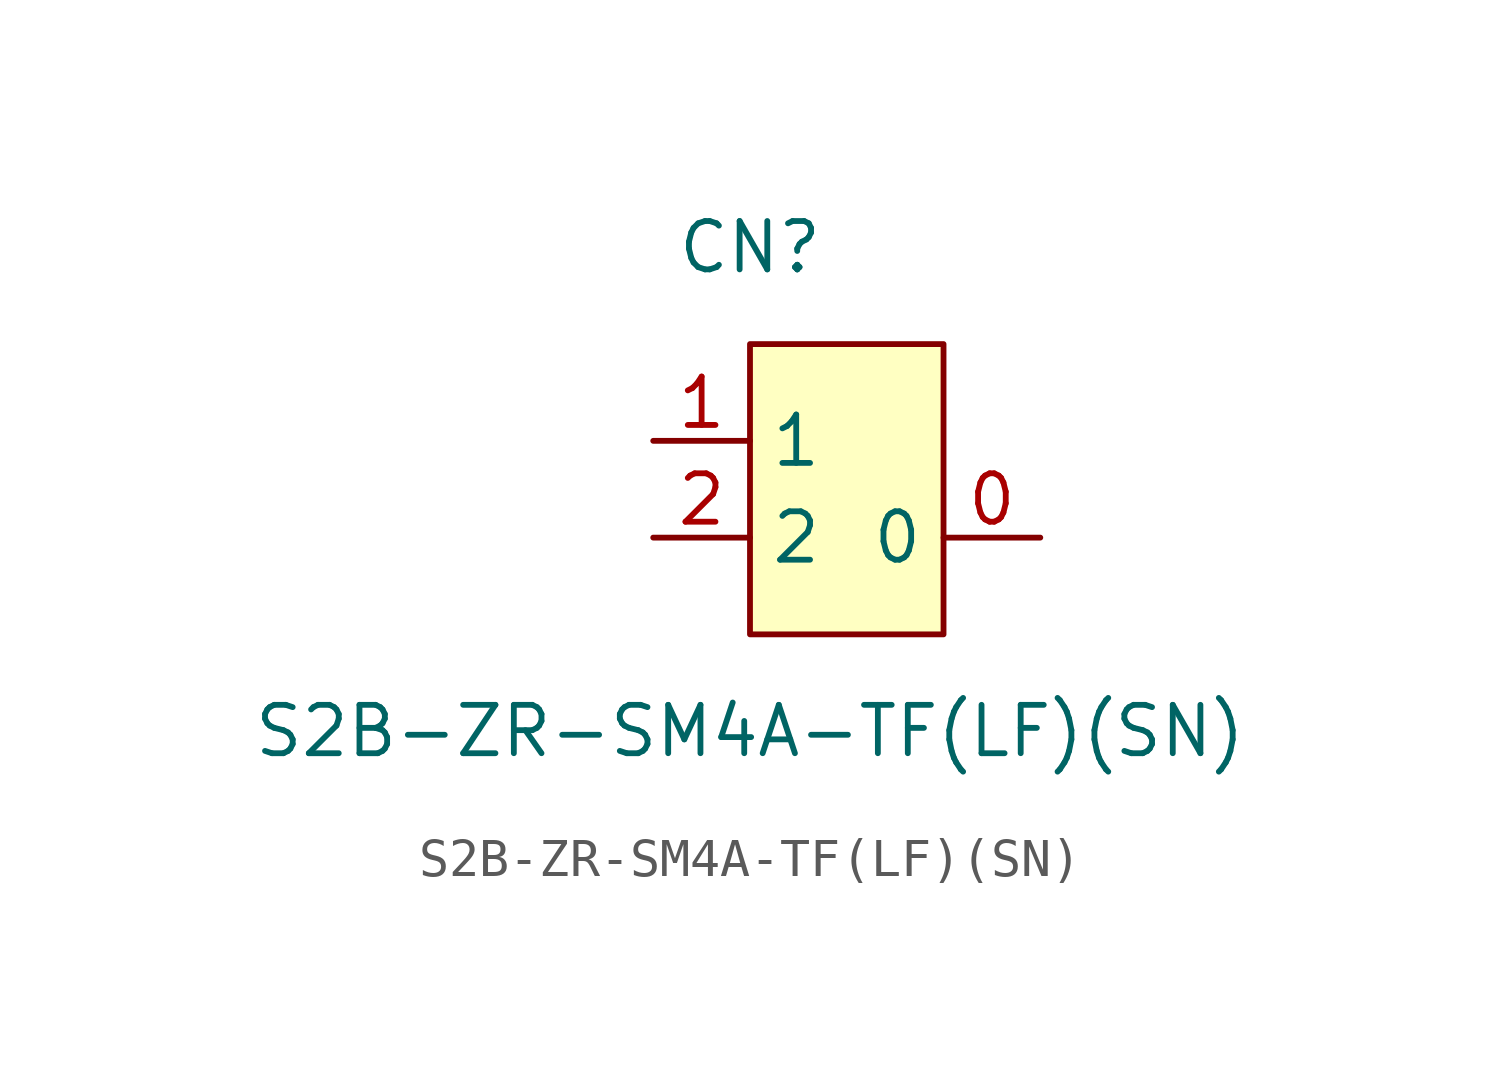
<source format=kicad_sym>
(kicad_symbol_lib
  (version 20211014)
  (generator https://github.com/uPesy/easyeda2kicad.py)
  (symbol "S2B-ZR-SM4A-TF(LF)(SN)"
    (property "Reference" "CN"
      (at 0 7.62 0)
      (effects (font (size 1.27 1.27))))
    (property "Value" "S2B-ZR-SM4A-TF(LF)(SN)"
      (at 0 -5.08 0)
      (effects (font (size 1.27 1.27))))
    (symbol "S2B-ZR-SM4A-TF(LF)(SN)_0_1"
      (rectangle (start 0.00 5.08) (end 5.08 -2.54) (stroke (width 0) (type default) (color 0 0 0 0)) (fill (type background)))
      (pin unspecified line (at -2.54 2.54 0) (length 2.54) (name "1" (effects (font (size 1.27 1.27)))) (number "1" (effects (font (size 1.27 1.27)))))
      (pin unspecified line (at -2.54 -0.00 0) (length 2.54) (name "2" (effects (font (size 1.27 1.27)))) (number "2" (effects (font (size 1.27 1.27)))))
      (pin unspecified line (at 7.62 -0.00 180) (length 2.54) (name "0" (effects (font (size 1.27 1.27)))) (number "0" (effects (font (size 1.27 1.27))))))))
</source>
